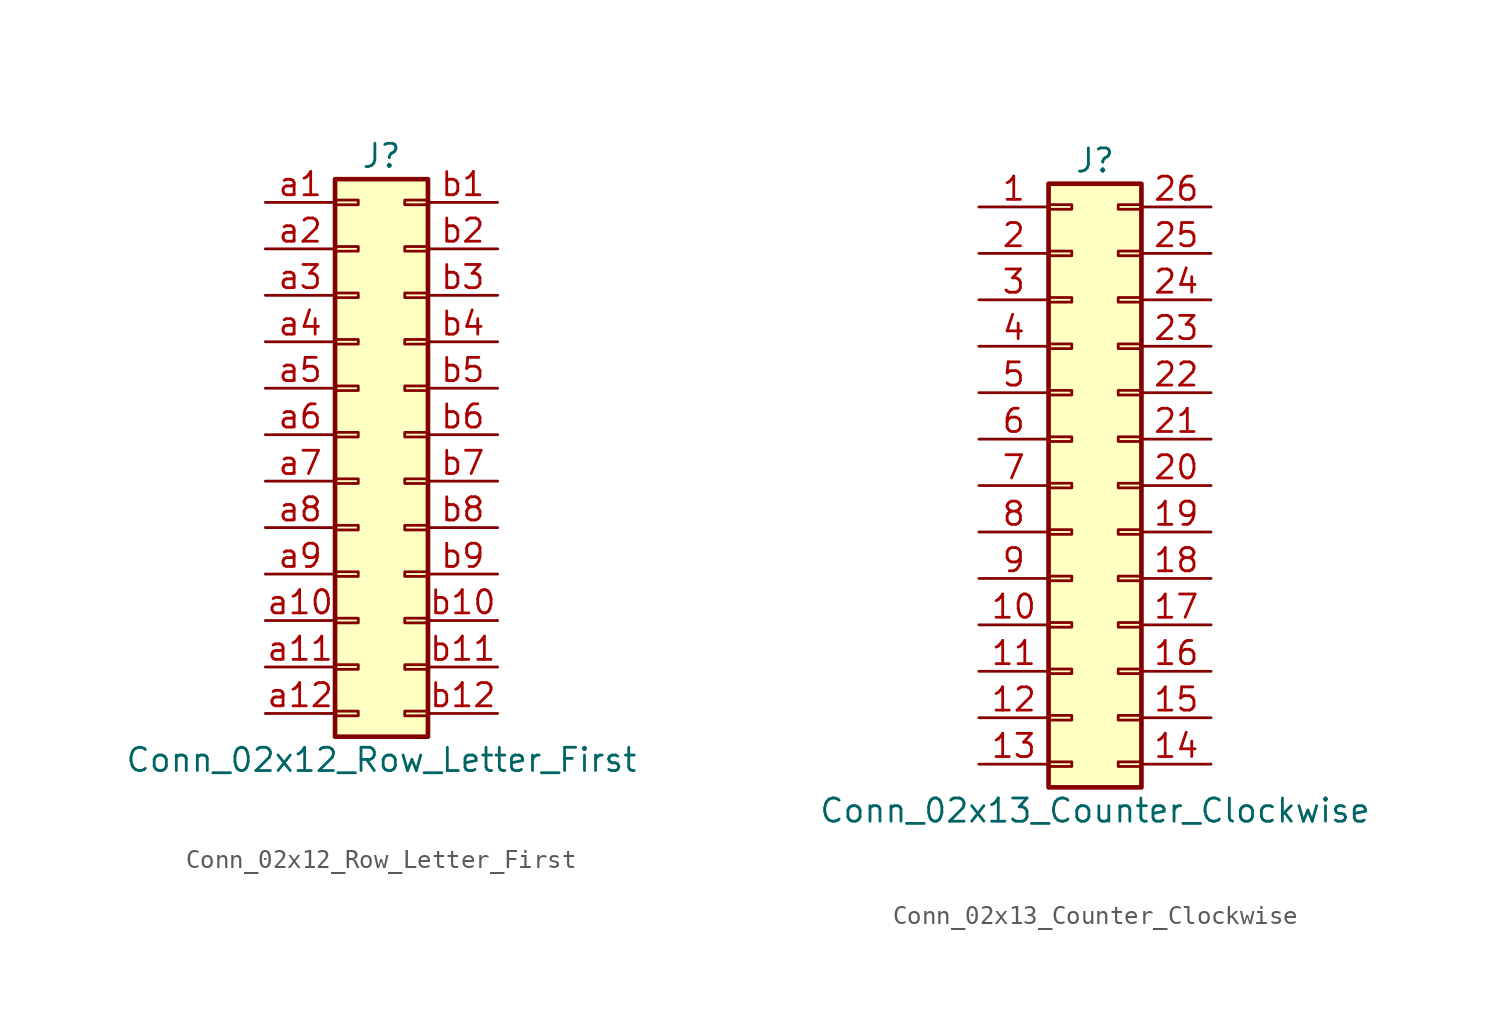
<source format=kicad_sym>
(kicad_symbol_lib
  (version 20201005)
  (generator kicad_symbol_editor)
  (symbol "Connector_Generic:Conn_02x12_Row_Letter_First"
    (pin_names
      (offset 1.016) hide)
    (property "Reference" "J"
      (at 1.27 15.24 0)
      (effects (font (size 1.27 1.27))))
    (property "Value" "Conn_02x12_Row_Letter_First"
      (at 1.27 -17.78 0)
      (effects (font (size 1.27 1.27))))
    (symbol "Conn_02x12_Row_Letter_First_1_1"
      (rectangle (start -1.27 -4.953) (end 0 -5.207) (stroke (width 0.152)) (fill (type none)))
      (rectangle (start -1.27 -7.493) (end 0 -7.747) (stroke (width 0.152)) (fill (type none)))
      (rectangle (start -1.27 -10.033) (end 0 -10.287) (stroke (width 0.152)) (fill (type none)))
      (rectangle (start -1.27 -12.573) (end 0 -12.827) (stroke (width 0.152)) (fill (type none)))
      (rectangle (start -1.27 -15.113) (end 0 -15.367) (stroke (width 0.152)) (fill (type none)))
      (rectangle (start -1.27 -2.413) (end 0 -2.667) (stroke (width 0.152)) (fill (type none)))
      (rectangle (start -1.27 2.667) (end 0 2.413) (stroke (width 0.152)) (fill (type none)))
      (rectangle (start -1.27 5.207) (end 0 4.953) (stroke (width 0.152)) (fill (type none)))
      (rectangle (start -1.27 7.747) (end 0 7.493) (stroke (width 0.152)) (fill (type none)))
      (rectangle (start -1.27 10.287) (end 0 10.033) (stroke (width 0.152)) (fill (type none)))
      (rectangle (start -1.27 0.127) (end 0 -0.127) (stroke (width 0.152)) (fill (type none)))
      (rectangle (start -1.27 12.827) (end 0 12.573) (stroke (width 0.152)) (fill (type none)))
      (rectangle (start -1.27 13.97) (end 3.81 -16.51) (stroke (width 0.254)) (fill (type background)))
      (rectangle (start 3.81 -4.953) (end 2.54 -5.207) (stroke (width 0.152)) (fill (type none)))
      (rectangle (start 3.81 -7.493) (end 2.54 -7.747) (stroke (width 0.152)) (fill (type none)))
      (rectangle (start 3.81 -10.033) (end 2.54 -10.287) (stroke (width 0.152)) (fill (type none)))
      (rectangle (start 3.81 -12.573) (end 2.54 -12.827) (stroke (width 0.152)) (fill (type none)))
      (rectangle (start 3.81 -15.113) (end 2.54 -15.367) (stroke (width 0.152)) (fill (type none)))
      (rectangle (start 3.81 -2.413) (end 2.54 -2.667) (stroke (width 0.152)) (fill (type none)))
      (rectangle (start 3.81 2.667) (end 2.54 2.413) (stroke (width 0.152)) (fill (type none)))
      (rectangle (start 3.81 5.207) (end 2.54 4.953) (stroke (width 0.152)) (fill (type none)))
      (rectangle (start 3.81 7.747) (end 2.54 7.493) (stroke (width 0.152)) (fill (type none)))
      (rectangle (start 3.81 10.287) (end 2.54 10.033) (stroke (width 0.152)) (fill (type none)))
      (rectangle (start 3.81 0.127) (end 2.54 -0.127) (stroke (width 0.152)) (fill (type none)))
      (rectangle (start 3.81 12.827) (end 2.54 12.573) (stroke (width 0.152)) (fill (type none)))
      (pin passive line (at -5.08 12.7 0) (length 3.81) (name "Pin_a1" (effects (font (size 1.27 1.27)))) (number "a1" (effects (font (size 1.27 1.27)))))
      (pin passive line (at -5.08 -10.16 0) (length 3.81) (name "Pin_a10" (effects (font (size 1.27 1.27)))) (number "a10" (effects (font (size 1.27 1.27)))))
      (pin passive line (at -5.08 -12.7 0) (length 3.81) (name "Pin_a11" (effects (font (size 1.27 1.27)))) (number "a11" (effects (font (size 1.27 1.27)))))
      (pin passive line (at -5.08 -15.24 0) (length 3.81) (name "Pin_a12" (effects (font (size 1.27 1.27)))) (number "a12" (effects (font (size 1.27 1.27)))))
      (pin passive line (at -5.08 10.16 0) (length 3.81) (name "Pin_a2" (effects (font (size 1.27 1.27)))) (number "a2" (effects (font (size 1.27 1.27)))))
      (pin passive line (at -5.08 7.62 0) (length 3.81) (name "Pin_a3" (effects (font (size 1.27 1.27)))) (number "a3" (effects (font (size 1.27 1.27)))))
      (pin passive line (at -5.08 5.08 0) (length 3.81) (name "Pin_a4" (effects (font (size 1.27 1.27)))) (number "a4" (effects (font (size 1.27 1.27)))))
      (pin passive line (at -5.08 2.54 0) (length 3.81) (name "Pin_a5" (effects (font (size 1.27 1.27)))) (number "a5" (effects (font (size 1.27 1.27)))))
      (pin passive line (at -5.08 0 0) (length 3.81) (name "Pin_a6" (effects (font (size 1.27 1.27)))) (number "a6" (effects (font (size 1.27 1.27)))))
      (pin passive line (at -5.08 -2.54 0) (length 3.81) (name "Pin_a7" (effects (font (size 1.27 1.27)))) (number "a7" (effects (font (size 1.27 1.27)))))
      (pin passive line (at -5.08 -5.08 0) (length 3.81) (name "Pin_a8" (effects (font (size 1.27 1.27)))) (number "a8" (effects (font (size 1.27 1.27)))))
      (pin passive line (at -5.08 -7.62 0) (length 3.81) (name "Pin_a9" (effects (font (size 1.27 1.27)))) (number "a9" (effects (font (size 1.27 1.27)))))
      (pin passive line (at 7.62 12.7 180) (length 3.81) (name "Pin_b1" (effects (font (size 1.27 1.27)))) (number "b1" (effects (font (size 1.27 1.27)))))
      (pin passive line (at 7.62 -10.16 180) (length 3.81) (name "Pin_b10" (effects (font (size 1.27 1.27)))) (number "b10" (effects (font (size 1.27 1.27)))))
      (pin passive line (at 7.62 -12.7 180) (length 3.81) (name "Pin_b11" (effects (font (size 1.27 1.27)))) (number "b11" (effects (font (size 1.27 1.27)))))
      (pin passive line (at 7.62 -15.24 180) (length 3.81) (name "Pin_b12" (effects (font (size 1.27 1.27)))) (number "b12" (effects (font (size 1.27 1.27)))))
      (pin passive line (at 7.62 10.16 180) (length 3.81) (name "Pin_b2" (effects (font (size 1.27 1.27)))) (number "b2" (effects (font (size 1.27 1.27)))))
      (pin passive line (at 7.62 7.62 180) (length 3.81) (name "Pin_b3" (effects (font (size 1.27 1.27)))) (number "b3" (effects (font (size 1.27 1.27)))))
      (pin passive line (at 7.62 5.08 180) (length 3.81) (name "Pin_b4" (effects (font (size 1.27 1.27)))) (number "b4" (effects (font (size 1.27 1.27)))))
      (pin passive line (at 7.62 2.54 180) (length 3.81) (name "Pin_b5" (effects (font (size 1.27 1.27)))) (number "b5" (effects (font (size 1.27 1.27)))))
      (pin passive line (at 7.62 0 180) (length 3.81) (name "Pin_b6" (effects (font (size 1.27 1.27)))) (number "b6" (effects (font (size 1.27 1.27)))))
      (pin passive line (at 7.62 -2.54 180) (length 3.81) (name "Pin_b7" (effects (font (size 1.27 1.27)))) (number "b7" (effects (font (size 1.27 1.27)))))
      (pin passive line (at 7.62 -5.08 180) (length 3.81) (name "Pin_b8" (effects (font (size 1.27 1.27)))) (number "b8" (effects (font (size 1.27 1.27)))))
      (pin passive line (at 7.62 -7.62 180) (length 3.81) (name "Pin_b9" (effects (font (size 1.27 1.27)))) (number "b9" (effects (font (size 1.27 1.27)))))))
  (symbol "Connector_Generic:Conn_02x13_Counter_Clockwise"
    (pin_names
      (offset 1.016) hide)
    (property "Reference" "J"
      (at 1.27 17.78 0)
      (effects (font (size 1.27 1.27))))
    (property "Value" "Conn_02x13_Counter_Clockwise"
      (at 1.27 -17.78 0)
      (effects (font (size 1.27 1.27))))
    (symbol "Conn_02x13_Counter_Clockwise_1_1"
      (rectangle (start -1.27 -4.953) (end 0 -5.207) (stroke (width 0.152)) (fill (type none)))
      (rectangle (start -1.27 -7.493) (end 0 -7.747) (stroke (width 0.152)) (fill (type none)))
      (rectangle (start -1.27 -10.033) (end 0 -10.287) (stroke (width 0.152)) (fill (type none)))
      (rectangle (start -1.27 -12.573) (end 0 -12.827) (stroke (width 0.152)) (fill (type none)))
      (rectangle (start -1.27 -15.113) (end 0 -15.367) (stroke (width 0.152)) (fill (type none)))
      (rectangle (start -1.27 -2.413) (end 0 -2.667) (stroke (width 0.152)) (fill (type none)))
      (rectangle (start -1.27 2.667) (end 0 2.413) (stroke (width 0.152)) (fill (type none)))
      (rectangle (start -1.27 5.207) (end 0 4.953) (stroke (width 0.152)) (fill (type none)))
      (rectangle (start -1.27 7.747) (end 0 7.493) (stroke (width 0.152)) (fill (type none)))
      (rectangle (start -1.27 10.287) (end 0 10.033) (stroke (width 0.152)) (fill (type none)))
      (rectangle (start -1.27 0.127) (end 0 -0.127) (stroke (width 0.152)) (fill (type none)))
      (rectangle (start -1.27 12.827) (end 0 12.573) (stroke (width 0.152)) (fill (type none)))
      (rectangle (start -1.27 15.367) (end 0 15.113) (stroke (width 0.152)) (fill (type none)))
      (rectangle (start -1.27 16.51) (end 3.81 -16.51) (stroke (width 0.254)) (fill (type background)))
      (rectangle (start 3.81 -4.953) (end 2.54 -5.207) (stroke (width 0.152)) (fill (type none)))
      (rectangle (start 3.81 -7.493) (end 2.54 -7.747) (stroke (width 0.152)) (fill (type none)))
      (rectangle (start 3.81 -10.033) (end 2.54 -10.287) (stroke (width 0.152)) (fill (type none)))
      (rectangle (start 3.81 -12.573) (end 2.54 -12.827) (stroke (width 0.152)) (fill (type none)))
      (rectangle (start 3.81 -15.113) (end 2.54 -15.367) (stroke (width 0.152)) (fill (type none)))
      (rectangle (start 3.81 -2.413) (end 2.54 -2.667) (stroke (width 0.152)) (fill (type none)))
      (rectangle (start 3.81 2.667) (end 2.54 2.413) (stroke (width 0.152)) (fill (type none)))
      (rectangle (start 3.81 5.207) (end 2.54 4.953) (stroke (width 0.152)) (fill (type none)))
      (rectangle (start 3.81 7.747) (end 2.54 7.493) (stroke (width 0.152)) (fill (type none)))
      (rectangle (start 3.81 10.287) (end 2.54 10.033) (stroke (width 0.152)) (fill (type none)))
      (rectangle (start 3.81 0.127) (end 2.54 -0.127) (stroke (width 0.152)) (fill (type none)))
      (rectangle (start 3.81 12.827) (end 2.54 12.573) (stroke (width 0.152)) (fill (type none)))
      (rectangle (start 3.81 15.367) (end 2.54 15.113) (stroke (width 0.152)) (fill (type none)))
      (pin passive line (at -5.08 15.24 0) (length 3.81) (name "Pin_1" (effects (font (size 1.27 1.27)))) (number "1" (effects (font (size 1.27 1.27)))))
      (pin passive line (at -5.08 -7.62 0) (length 3.81) (name "Pin_10" (effects (font (size 1.27 1.27)))) (number "10" (effects (font (size 1.27 1.27)))))
      (pin passive line (at -5.08 -10.16 0) (length 3.81) (name "Pin_11" (effects (font (size 1.27 1.27)))) (number "11" (effects (font (size 1.27 1.27)))))
      (pin passive line (at -5.08 -12.7 0) (length 3.81) (name "Pin_12" (effects (font (size 1.27 1.27)))) (number "12" (effects (font (size 1.27 1.27)))))
      (pin passive line (at -5.08 -15.24 0) (length 3.81) (name "Pin_13" (effects (font (size 1.27 1.27)))) (number "13" (effects (font (size 1.27 1.27)))))
      (pin passive line (at 7.62 -15.24 180) (length 3.81) (name "Pin_14" (effects (font (size 1.27 1.27)))) (number "14" (effects (font (size 1.27 1.27)))))
      (pin passive line (at 7.62 -12.7 180) (length 3.81) (name "Pin_15" (effects (font (size 1.27 1.27)))) (number "15" (effects (font (size 1.27 1.27)))))
      (pin passive line (at 7.62 -10.16 180) (length 3.81) (name "Pin_16" (effects (font (size 1.27 1.27)))) (number "16" (effects (font (size 1.27 1.27)))))
      (pin passive line (at 7.62 -7.62 180) (length 3.81) (name "Pin_17" (effects (font (size 1.27 1.27)))) (number "17" (effects (font (size 1.27 1.27)))))
      (pin passive line (at 7.62 -5.08 180) (length 3.81) (name "Pin_18" (effects (font (size 1.27 1.27)))) (number "18" (effects (font (size 1.27 1.27)))))
      (pin passive line (at 7.62 -2.54 180) (length 3.81) (name "Pin_19" (effects (font (size 1.27 1.27)))) (number "19" (effects (font (size 1.27 1.27)))))
      (pin passive line (at -5.08 12.7 0) (length 3.81) (name "Pin_2" (effects (font (size 1.27 1.27)))) (number "2" (effects (font (size 1.27 1.27)))))
      (pin passive line (at 7.62 0 180) (length 3.81) (name "Pin_20" (effects (font (size 1.27 1.27)))) (number "20" (effects (font (size 1.27 1.27)))))
      (pin passive line (at 7.62 2.54 180) (length 3.81) (name "Pin_21" (effects (font (size 1.27 1.27)))) (number "21" (effects (font (size 1.27 1.27)))))
      (pin passive line (at 7.62 5.08 180) (length 3.81) (name "Pin_22" (effects (font (size 1.27 1.27)))) (number "22" (effects (font (size 1.27 1.27)))))
      (pin passive line (at 7.62 7.62 180) (length 3.81) (name "Pin_23" (effects (font (size 1.27 1.27)))) (number "23" (effects (font (size 1.27 1.27)))))
      (pin passive line (at 7.62 10.16 180) (length 3.81) (name "Pin_24" (effects (font (size 1.27 1.27)))) (number "24" (effects (font (size 1.27 1.27)))))
      (pin passive line (at 7.62 12.7 180) (length 3.81) (name "Pin_25" (effects (font (size 1.27 1.27)))) (number "25" (effects (font (size 1.27 1.27)))))
      (pin passive line (at 7.62 15.24 180) (length 3.81) (name "Pin_26" (effects (font (size 1.27 1.27)))) (number "26" (effects (font (size 1.27 1.27)))))
      (pin passive line (at -5.08 10.16 0) (length 3.81) (name "Pin_3" (effects (font (size 1.27 1.27)))) (number "3" (effects (font (size 1.27 1.27)))))
      (pin passive line (at -5.08 7.62 0) (length 3.81) (name "Pin_4" (effects (font (size 1.27 1.27)))) (number "4" (effects (font (size 1.27 1.27)))))
      (pin passive line (at -5.08 5.08 0) (length 3.81) (name "Pin_5" (effects (font (size 1.27 1.27)))) (number "5" (effects (font (size 1.27 1.27)))))
      (pin passive line (at -5.08 2.54 0) (length 3.81) (name "Pin_6" (effects (font (size 1.27 1.27)))) (number "6" (effects (font (size 1.27 1.27)))))
      (pin passive line (at -5.08 0 0) (length 3.81) (name "Pin_7" (effects (font (size 1.27 1.27)))) (number "7" (effects (font (size 1.27 1.27)))))
      (pin passive line (at -5.08 -2.54 0) (length 3.81) (name "Pin_8" (effects (font (size 1.27 1.27)))) (number "8" (effects (font (size 1.27 1.27)))))
      (pin passive line (at -5.08 -5.08 0) (length 3.81) (name "Pin_9" (effects (font (size 1.27 1.27)))) (number "9" (effects (font (size 1.27 1.27))))))))
</source>
